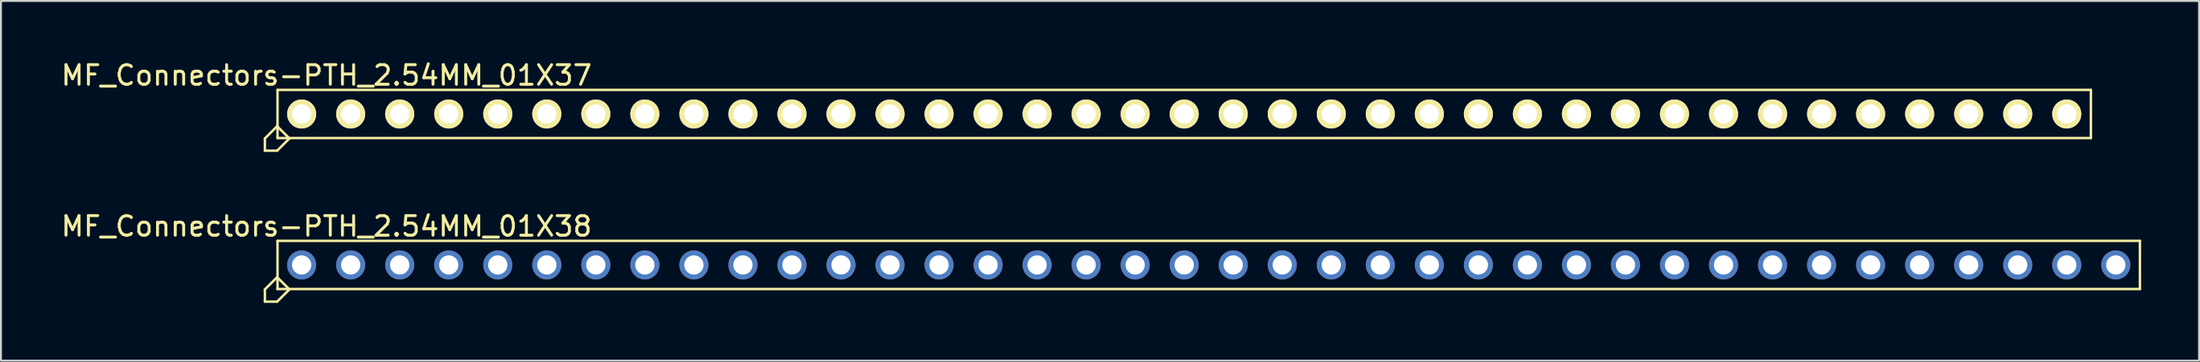
<source format=kicad_pcb>
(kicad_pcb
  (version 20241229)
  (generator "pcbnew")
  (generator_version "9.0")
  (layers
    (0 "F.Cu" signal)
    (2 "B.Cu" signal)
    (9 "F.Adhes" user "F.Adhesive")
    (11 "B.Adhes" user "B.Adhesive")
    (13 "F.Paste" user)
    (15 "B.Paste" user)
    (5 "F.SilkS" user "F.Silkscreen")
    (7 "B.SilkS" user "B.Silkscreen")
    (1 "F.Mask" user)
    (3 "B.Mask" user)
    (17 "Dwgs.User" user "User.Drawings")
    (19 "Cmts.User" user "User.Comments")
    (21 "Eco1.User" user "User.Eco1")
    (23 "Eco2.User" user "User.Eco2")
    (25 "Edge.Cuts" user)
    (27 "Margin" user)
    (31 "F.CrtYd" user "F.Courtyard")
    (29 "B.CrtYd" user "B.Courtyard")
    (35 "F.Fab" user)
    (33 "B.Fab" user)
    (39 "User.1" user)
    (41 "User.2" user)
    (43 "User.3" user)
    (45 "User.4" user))
  (footprint "MF_Connectors-PTH_2.54MM_01X37"
    (layer "F.Cu")
    (at 58.297 2.868)
    (property "Reference" "MF_Connectors-PTH_2.54MM_01X37" (at -44.43 -2.007 0) (layer "F.SilkS") (effects (font (size 1.016 1.016) (thickness 0.152))))
    (attr exclude_from_pos_files exclude_from_bom)
    (fp_line (start -47.625 1.27) (end -47.625 1.905) (stroke (width 0.127) (type solid)) (layer "F.SilkS"))
    (fp_line (start -47.625 1.905) (end -46.99 1.905) (stroke (width 0.127) (type solid)) (layer "F.SilkS"))
    (fp_line (start -46.99 0.635) (end -47.625 1.27) (stroke (width 0.127) (type solid)) (layer "F.SilkS"))
    (fp_line (start -46.99 1.905) (end -46.355 1.27) (stroke (width 0.127) (type solid)) (layer "F.SilkS"))
    (fp_line (start -46.97 -1.25) (end 46.97 -1.25) (stroke (width 0.127) (type solid)) (layer "F.SilkS"))
    (fp_line (start -46.97 1.25) (end -46.97 -1.25) (stroke (width 0.127) (type solid)) (layer "F.SilkS"))
    (fp_line (start -46.355 1.27) (end -46.99 0.635) (stroke (width 0.127) (type solid)) (layer "F.SilkS"))
    (fp_line (start 46.97 -1.25) (end 46.97 1.25) (stroke (width 0.127) (type solid)) (layer "F.SilkS"))
    (fp_line (start 46.97 1.25) (end -46.97 1.25) (stroke (width 0.127) (type solid)) (layer "F.SilkS"))
    (pad "P$1" thru_hole circle (at -45.72 0) (size 1.506 1.506) (drill 0.998) (layers "*.Cu" "F.Mask" "F.SilkS" "F.Paste"))
    (pad "P$2" thru_hole circle (at -43.18 0) (size 1.506 1.506) (drill 0.998) (layers "*.Cu" "F.Mask" "F.SilkS" "F.Paste"))
    (pad "P$3" thru_hole circle (at -40.64 0) (size 1.506 1.506) (drill 0.998) (layers "*.Cu" "F.Mask" "F.SilkS" "F.Paste"))
    (pad "P$4" thru_hole circle (at -38.1 0) (size 1.506 1.506) (drill 0.998) (layers "*.Cu" "F.Mask" "F.SilkS" "F.Paste"))
    (pad "P$5" thru_hole circle (at -35.56 0) (size 1.506 1.506) (drill 0.998) (layers "*.Cu" "F.Mask" "F.SilkS" "F.Paste"))
    (pad "P$6" thru_hole circle (at -33.02 0) (size 1.506 1.506) (drill 0.998) (layers "*.Cu" "F.Mask" "F.SilkS" "F.Paste"))
    (pad "P$7" thru_hole circle (at -30.48 0) (size 1.506 1.506) (drill 0.998) (layers "*.Cu" "F.Mask" "F.SilkS" "F.Paste"))
    (pad "P$8" thru_hole circle (at -27.94 0) (size 1.506 1.506) (drill 0.998) (layers "*.Cu" "F.Mask" "F.SilkS" "F.Paste"))
    (pad "P$9" thru_hole circle (at -25.4 0) (size 1.506 1.506) (drill 0.998) (layers "*.Cu" "F.Mask" "F.SilkS" "F.Paste"))
    (pad "P$10" thru_hole circle (at -22.86 0) (size 1.506 1.506) (drill 0.998) (layers "*.Cu" "F.Mask" "F.SilkS" "F.Paste"))
    (pad "P$11" thru_hole circle (at -20.32 0) (size 1.506 1.506) (drill 0.998) (layers "*.Cu" "F.Mask" "F.SilkS" "F.Paste"))
    (pad "P$12" thru_hole circle (at -17.78 0) (size 1.506 1.506) (drill 0.998) (layers "*.Cu" "F.Mask" "F.SilkS" "F.Paste"))
    (pad "P$13" thru_hole circle (at -15.24 0) (size 1.506 1.506) (drill 0.998) (layers "*.Cu" "F.Mask" "F.SilkS" "F.Paste"))
    (pad "P$14" thru_hole circle (at -12.7 0) (size 1.506 1.506) (drill 0.998) (layers "*.Cu" "F.Mask" "F.SilkS" "F.Paste"))
    (pad "P$15" thru_hole circle (at -10.16 0) (size 1.506 1.506) (drill 0.998) (layers "*.Cu" "F.Mask" "F.SilkS" "F.Paste"))
    (pad "P$16" thru_hole circle (at -7.62 0) (size 1.506 1.506) (drill 0.998) (layers "*.Cu" "F.Mask" "F.SilkS" "F.Paste"))
    (pad "P$17" thru_hole circle (at -5.08 0) (size 1.506 1.506) (drill 0.998) (layers "*.Cu" "F.Mask" "F.SilkS" "F.Paste"))
    (pad "P$18" thru_hole circle (at -2.54 0) (size 1.506 1.506) (drill 0.998) (layers "*.Cu" "F.Mask" "F.SilkS" "F.Paste"))
    (pad "P$19" thru_hole circle (at 0 0) (size 1.506 1.506) (drill 0.998) (layers "*.Cu" "F.Mask" "F.SilkS" "F.Paste"))
    (pad "P$20" thru_hole circle (at 2.54 0) (size 1.506 1.506) (drill 0.998) (layers "*.Cu" "F.Mask" "F.SilkS" "F.Paste"))
    (pad "P$21" thru_hole circle (at 5.08 0) (size 1.506 1.506) (drill 0.998) (layers "*.Cu" "F.Mask" "F.SilkS" "F.Paste"))
    (pad "P$22" thru_hole circle (at 7.62 0) (size 1.506 1.506) (drill 0.998) (layers "*.Cu" "F.Mask" "F.SilkS" "F.Paste"))
    (pad "P$23" thru_hole circle (at 10.16 0) (size 1.506 1.506) (drill 0.998) (layers "*.Cu" "F.Mask" "F.SilkS" "F.Paste"))
    (pad "P$24" thru_hole circle (at 12.7 0) (size 1.506 1.506) (drill 0.998) (layers "*.Cu" "F.Mask" "F.SilkS" "F.Paste"))
    (pad "P$25" thru_hole circle (at 15.24 0) (size 1.506 1.506) (drill 0.998) (layers "*.Cu" "F.Mask" "F.SilkS" "F.Paste"))
    (pad "P$26" thru_hole circle (at 17.78 0) (size 1.506 1.506) (drill 0.998) (layers "*.Cu" "F.Mask" "F.SilkS" "F.Paste"))
    (pad "P$27" thru_hole circle (at 20.32 0) (size 1.506 1.506) (drill 0.998) (layers "*.Cu" "F.Mask" "F.SilkS" "F.Paste"))
    (pad "P$28" thru_hole circle (at 22.86 0) (size 1.506 1.506) (drill 0.998) (layers "*.Cu" "F.Mask" "F.SilkS" "F.Paste"))
    (pad "P$29" thru_hole circle (at 25.4 0) (size 1.506 1.506) (drill 0.998) (layers "*.Cu" "F.Mask" "F.SilkS" "F.Paste"))
    (pad "P$30" thru_hole circle (at 27.94 0) (size 1.506 1.506) (drill 0.998) (layers "*.Cu" "F.Mask" "F.SilkS" "F.Paste"))
    (pad "P$31" thru_hole circle (at 30.48 0) (size 1.506 1.506) (drill 0.998) (layers "*.Cu" "F.Mask" "F.SilkS" "F.Paste"))
    (pad "P$32" thru_hole circle (at 33.02 0) (size 1.506 1.506) (drill 0.998) (layers "*.Cu" "F.Mask" "F.SilkS" "F.Paste"))
    (pad "P$33" thru_hole circle (at 35.56 0) (size 1.506 1.506) (drill 0.998) (layers "*.Cu" "F.Mask" "F.SilkS" "F.Paste"))
    (pad "P$34" thru_hole circle (at 38.1 0) (size 1.506 1.506) (drill 0.998) (layers "*.Cu" "F.Mask" "F.SilkS" "F.Paste"))
    (pad "P$35" thru_hole circle (at 40.64 0) (size 1.506 1.506) (drill 0.998) (layers "*.Cu" "F.Mask" "F.SilkS" "F.Paste"))
    (pad "P$36" thru_hole circle (at 43.18 0) (size 1.506 1.506) (drill 0.998) (layers "*.Cu" "F.Mask" "F.SilkS" "F.Paste"))
    (pad "P$37" thru_hole circle (at 45.72 0) (size 1.506 1.506) (drill 0.998) (layers "*.Cu" "F.Mask" "F.SilkS" "F.Paste")))
  (footprint "MF_Connectors-PTH_2.54MM_01X38"
    (layer "F.Cu")
    (at 59.567 10.705)
    (property "Reference" "MF_Connectors-PTH_2.54MM_01X38" (at -45.7 -2.007 0) (layer "F.SilkS") (effects (font (size 1.016 1.016) (thickness 0.152))))
    (attr exclude_from_pos_files exclude_from_bom)
    (fp_line (start -48.895 1.27) (end -48.895 1.905) (stroke (width 0.127) (type solid)) (layer "F.SilkS"))
    (fp_line (start -48.895 1.905) (end -48.26 1.905) (stroke (width 0.127) (type solid)) (layer "F.SilkS"))
    (fp_line (start -48.26 0.635) (end -48.895 1.27) (stroke (width 0.127) (type solid)) (layer "F.SilkS"))
    (fp_line (start -48.26 1.905) (end -47.625 1.27) (stroke (width 0.127) (type solid)) (layer "F.SilkS"))
    (fp_line (start -48.24 -1.25) (end 48.24 -1.25) (stroke (width 0.127) (type solid)) (layer "F.SilkS"))
    (fp_line (start -48.24 1.25) (end -48.24 -1.25) (stroke (width 0.127) (type solid)) (layer "F.SilkS"))
    (fp_line (start -47.625 1.27) (end -48.26 0.635) (stroke (width 0.127) (type solid)) (layer "F.SilkS"))
    (fp_line (start 48.24 -1.25) (end 48.24 1.25) (stroke (width 0.127) (type solid)) (layer "F.SilkS"))
    (fp_line (start 48.24 1.25) (end -48.24 1.25) (stroke (width 0.127) (type solid)) (layer "F.SilkS"))
    (pad "1" thru_hole circle (at -46.99 0) (size 1.506 1.506) (drill 0.998) (layers "*.Cu" "*.Mask"))
    (pad "2" thru_hole circle (at -44.45 0) (size 1.506 1.506) (drill 0.998) (layers "*.Cu" "*.Mask"))
    (pad "3" thru_hole circle (at -41.91 0) (size 1.506 1.506) (drill 0.998) (layers "*.Cu" "*.Mask"))
    (pad "4" thru_hole circle (at -39.37 0) (size 1.506 1.506) (drill 0.998) (layers "*.Cu" "*.Mask"))
    (pad "5" thru_hole circle (at -36.83 0) (size 1.506 1.506) (drill 0.998) (layers "*.Cu" "*.Mask"))
    (pad "6" thru_hole circle (at -34.29 0) (size 1.506 1.506) (drill 0.998) (layers "*.Cu" "*.Mask"))
    (pad "7" thru_hole circle (at -31.75 0) (size 1.506 1.506) (drill 0.998) (layers "*.Cu" "*.Mask"))
    (pad "8" thru_hole circle (at -29.21 0) (size 1.506 1.506) (drill 0.998) (layers "*.Cu" "*.Mask"))
    (pad "9" thru_hole circle (at -26.67 0) (size 1.506 1.506) (drill 0.998) (layers "*.Cu" "*.Mask"))
    (pad "10" thru_hole circle (at -24.13 0) (size 1.506 1.506) (drill 0.998) (layers "*.Cu" "*.Mask"))
    (pad "11" thru_hole circle (at -21.59 0) (size 1.506 1.506) (drill 0.998) (layers "*.Cu" "*.Mask"))
    (pad "12" thru_hole circle (at -19.05 0) (size 1.506 1.506) (drill 0.998) (layers "*.Cu" "*.Mask"))
    (pad "13" thru_hole circle (at -16.51 0) (size 1.506 1.506) (drill 0.998) (layers "*.Cu" "*.Mask"))
    (pad "14" thru_hole circle (at -13.97 0) (size 1.506 1.506) (drill 0.998) (layers "*.Cu" "*.Mask"))
    (pad "15" thru_hole circle (at -11.43 0) (size 1.506 1.506) (drill 0.998) (layers "*.Cu" "*.Mask"))
    (pad "16" thru_hole circle (at -8.89 0) (size 1.506 1.506) (drill 0.998) (layers "*.Cu" "*.Mask"))
    (pad "17" thru_hole circle (at -6.35 0) (size 1.506 1.506) (drill 0.998) (layers "*.Cu" "*.Mask"))
    (pad "18" thru_hole circle (at -3.81 0) (size 1.506 1.506) (drill 0.998) (layers "*.Cu" "*.Mask"))
    (pad "19" thru_hole circle (at -1.27 0) (size 1.506 1.506) (drill 0.998) (layers "*.Cu" "*.Mask"))
    (pad "20" thru_hole circle (at 1.27 0) (size 1.506 1.506) (drill 0.998) (layers "*.Cu" "*.Mask"))
    (pad "21" thru_hole circle (at 3.81 0) (size 1.506 1.506) (drill 0.998) (layers "*.Cu" "*.Mask"))
    (pad "22" thru_hole circle (at 6.35 0) (size 1.506 1.506) (drill 0.998) (layers "*.Cu" "*.Mask"))
    (pad "23" thru_hole circle (at 8.89 0) (size 1.506 1.506) (drill 0.998) (layers "*.Cu" "*.Mask"))
    (pad "24" thru_hole circle (at 11.43 0) (size 1.506 1.506) (drill 0.998) (layers "*.Cu" "*.Mask"))
    (pad "25" thru_hole circle (at 13.97 0) (size 1.506 1.506) (drill 0.998) (layers "*.Cu" "*.Mask"))
    (pad "26" thru_hole circle (at 16.51 0) (size 1.506 1.506) (drill 0.998) (layers "*.Cu" "*.Mask"))
    (pad "27" thru_hole circle (at 19.05 0) (size 1.506 1.506) (drill 0.998) (layers "*.Cu" "*.Mask"))
    (pad "28" thru_hole circle (at 21.59 0) (size 1.506 1.506) (drill 0.998) (layers "*.Cu" "*.Mask"))
    (pad "29" thru_hole circle (at 24.13 0) (size 1.506 1.506) (drill 0.998) (layers "*.Cu" "*.Mask"))
    (pad "30" thru_hole circle (at 26.67 0) (size 1.506 1.506) (drill 0.998) (layers "*.Cu" "*.Mask"))
    (pad "31" thru_hole circle (at 29.21 0) (size 1.506 1.506) (drill 0.998) (layers "*.Cu" "*.Mask"))
    (pad "32" thru_hole circle (at 31.75 0) (size 1.506 1.506) (drill 0.998) (layers "*.Cu" "*.Mask"))
    (pad "33" thru_hole circle (at 34.29 0) (size 1.506 1.506) (drill 0.998) (layers "*.Cu" "*.Mask"))
    (pad "34" thru_hole circle (at 36.83 0) (size 1.506 1.506) (drill 0.998) (layers "*.Cu" "*.Mask"))
    (pad "35" thru_hole circle (at 39.37 0) (size 1.506 1.506) (drill 0.998) (layers "*.Cu" "*.Mask"))
    (pad "36" thru_hole circle (at 41.91 0) (size 1.506 1.506) (drill 0.998) (layers "*.Cu" "*.Mask"))
    (pad "37" thru_hole circle (at 44.45 0) (size 1.506 1.506) (drill 0.998) (layers "*.Cu" "*.Mask"))
    (pad "38" thru_hole circle (at 46.99 0) (size 1.506 1.506) (drill 0.998) (layers "*.Cu" "*.Mask")))
  (gr_rect
    (start -3 -3)
    (end 110.87 15.674)
    (stroke (width 0.1) (type default))
    (fill no)
    (layer "Edge.Cuts")))
</source>
